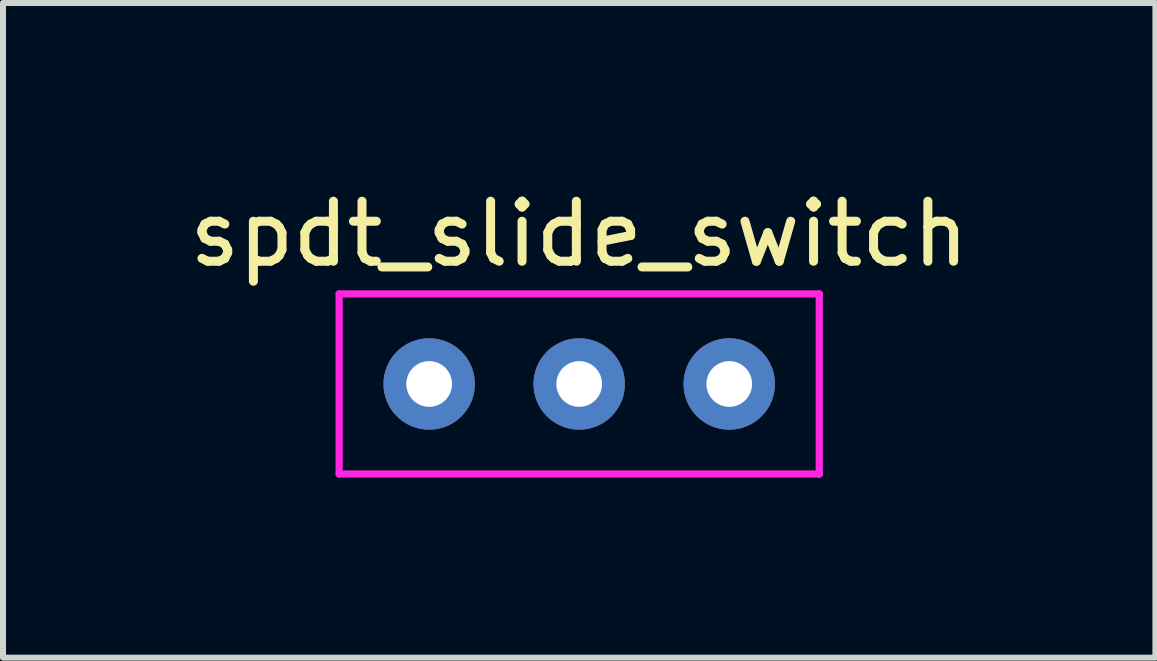
<source format=kicad_pcb>
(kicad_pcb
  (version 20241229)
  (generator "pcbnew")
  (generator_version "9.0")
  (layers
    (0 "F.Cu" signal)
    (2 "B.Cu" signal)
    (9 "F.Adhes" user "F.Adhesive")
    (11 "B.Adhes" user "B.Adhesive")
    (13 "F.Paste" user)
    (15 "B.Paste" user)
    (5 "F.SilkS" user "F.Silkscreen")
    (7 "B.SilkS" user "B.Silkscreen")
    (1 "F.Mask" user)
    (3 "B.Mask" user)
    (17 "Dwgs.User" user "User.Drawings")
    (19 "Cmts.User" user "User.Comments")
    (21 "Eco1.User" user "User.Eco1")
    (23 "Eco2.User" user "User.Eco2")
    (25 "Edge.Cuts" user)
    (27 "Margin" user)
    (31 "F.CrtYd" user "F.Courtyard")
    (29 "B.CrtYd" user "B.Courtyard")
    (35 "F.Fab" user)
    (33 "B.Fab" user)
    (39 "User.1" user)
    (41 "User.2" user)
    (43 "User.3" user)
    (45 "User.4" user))
  (footprint "spdt_slide_switch"
    (layer "F.Cu")
    (at 6.601 3.348)
    (property "Reference" "spdt_slide_switch" (at 0 -2.5 0) (layer "F.SilkS") (effects (font (size 1 1) (thickness 0.15))))
    (attr through_hole)
    (fp_line (start -4 -1.5) (end -4 1.5) (stroke (width 0.12) (type solid)) (layer "F.CrtYd"))
    (fp_line (start -4 -1.5) (end 4 -1.5) (stroke (width 0.12) (type solid)) (layer "F.CrtYd"))
    (fp_line (start -4 1.5) (end 4 1.5) (stroke (width 0.12) (type solid)) (layer "F.CrtYd"))
    (fp_line (start 4 -1.5) (end 4 1.5) (stroke (width 0.12) (type solid)) (layer "F.CrtYd"))
    (pad "1" thru_hole circle (at -2.5 0) (size 1.524 1.524) (drill 0.762) (layers "*.Cu" "*.Mask"))
    (pad "2" thru_hole circle (at 0 0) (size 1.524 1.524) (drill 0.762) (layers "*.Cu" "*.Mask"))
    (pad "3" thru_hole circle (at 2.5 0) (size 1.524 1.524) (drill 0.762) (layers "*.Cu" "*.Mask")))
  (gr_rect
    (start -3 -3)
    (end 16.202 7.908)
    (stroke (width 0.1) (type default))
    (fill no)
    (layer "Edge.Cuts")))
</source>
